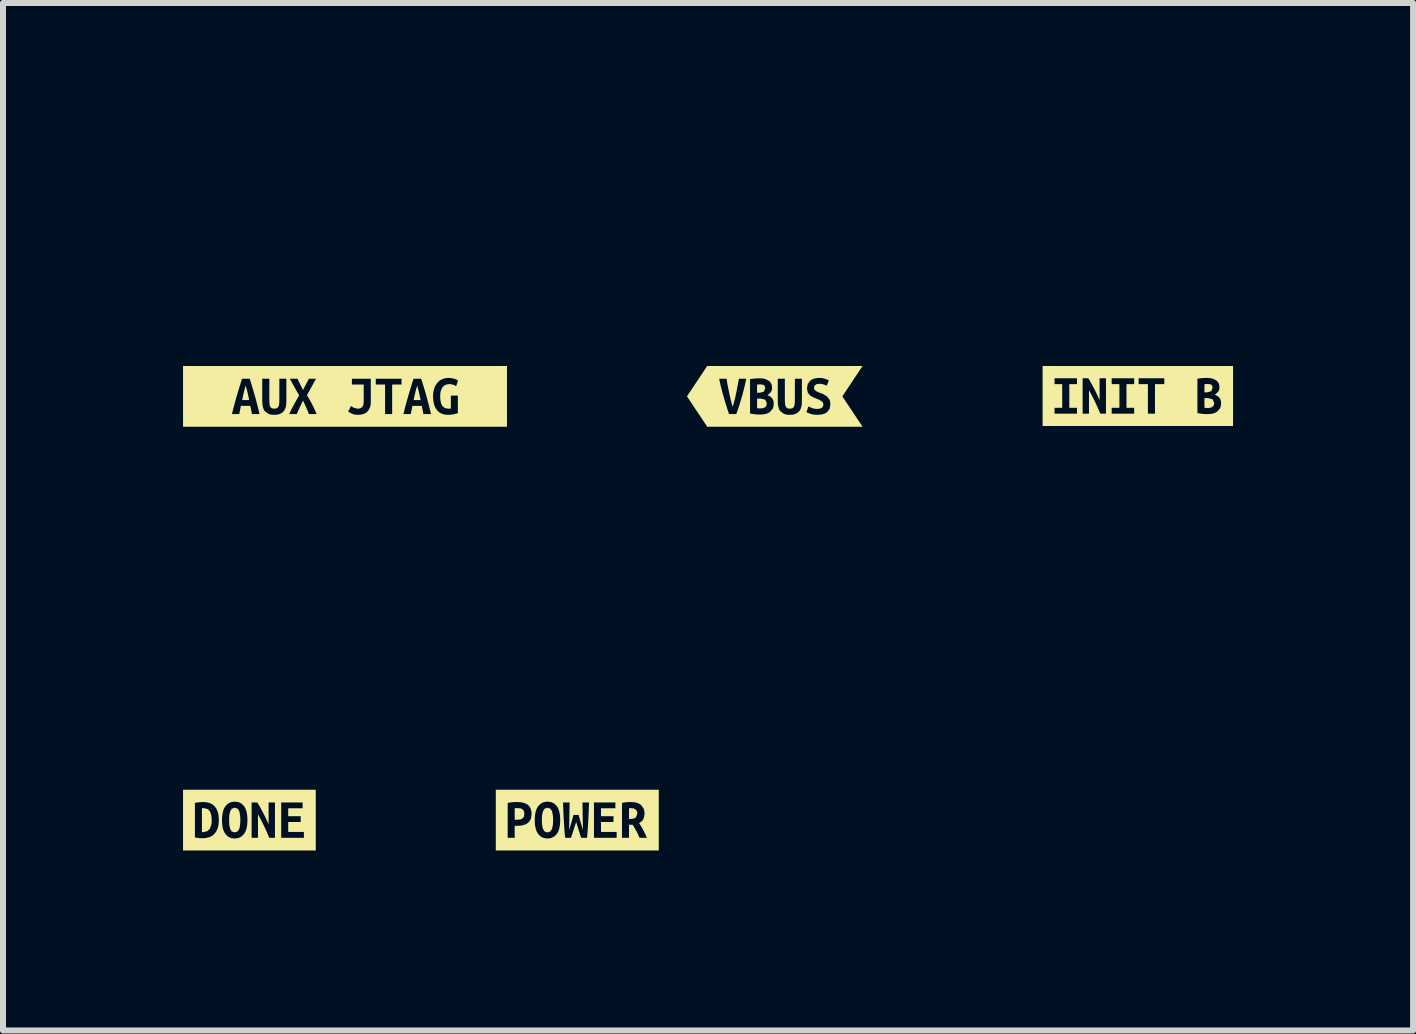
<source format=kicad_pcb>
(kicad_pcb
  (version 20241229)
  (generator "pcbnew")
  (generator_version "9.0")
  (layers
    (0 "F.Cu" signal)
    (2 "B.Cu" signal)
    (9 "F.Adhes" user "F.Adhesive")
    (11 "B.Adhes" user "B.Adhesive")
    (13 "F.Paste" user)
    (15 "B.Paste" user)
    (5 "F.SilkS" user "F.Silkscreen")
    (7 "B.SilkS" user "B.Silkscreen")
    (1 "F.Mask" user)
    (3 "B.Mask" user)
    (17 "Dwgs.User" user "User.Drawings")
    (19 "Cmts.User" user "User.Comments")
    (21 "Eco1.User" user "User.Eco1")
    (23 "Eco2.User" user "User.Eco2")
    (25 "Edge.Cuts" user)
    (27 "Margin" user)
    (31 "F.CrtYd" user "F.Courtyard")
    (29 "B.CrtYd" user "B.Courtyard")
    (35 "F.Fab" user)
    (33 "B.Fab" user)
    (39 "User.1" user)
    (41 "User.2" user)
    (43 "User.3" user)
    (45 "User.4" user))
  (footprint "kibuzzard-659EAEA3"
    (layer "F.Cu")
    (at 9.861 3.555)
    (property "Reference" "kibuzzard-659EAEA3" (at 0 -3.554 0) (layer "F.SilkS") (effects (font (size 0.001 0.001) (thickness 0.15))))
    (attr board_only exclude_from_pos_files exclude_from_bom)
    (fp_poly (pts (xy -0.295 0.037) (xy -0.295 0.197) (xy -0.268 0.2) (xy -0.239 0.201) (xy -0.2 0.198) (xy -0.166 0.185) (xy -0.141 0.16) (xy -0.132 0.117) (xy -0.159 0.056) (xy -0.232 0.037) (xy -0.295 0.037)) (stroke (width 0) (type solid)) (fill yes) (layer "F.SilkS"))
    (fp_poly (pts (xy -0.249 -0.06) (xy -0.181 -0.08) (xy -0.159 -0.133) (xy -0.165 -0.167) (xy -0.183 -0.187) (xy -0.21 -0.197) (xy -0.241 -0.199) (xy -0.269 -0.198) (xy -0.295 -0.195) (xy -0.295 -0.06) (xy -0.249 -0.06)) (stroke (width 0) (type solid)) (fill yes) (layer "F.SilkS"))
    (fp_poly (pts (xy -0.927 -0.506) (xy -1.126 -0.506) (xy -1.463 0) (xy -1.126 0.506) (xy -0.927 0.506) (xy -0.762 0.506) (xy -0.762 0.295) (xy -0.786 0.225) (xy -0.811 0.147) (xy -0.828 0.091) (xy -0.844 0.036) (xy -0.86 -0.019) (xy -0.874 -0.072) (xy -0.888 -0.124) (xy -0.901 -0.174) (xy -0.916 -0.241) (xy -0.927 -0.294) (xy -0.803 -0.294) (xy -0.796 -0.245) (xy -0.786 -0.188) (xy -0.774 -0.127) (xy -0.761 -0.063) (xy -0.747 0.000476) (xy -0.732 0.063) (xy -0.716 0.123) (xy -0.701 0.175) (xy -0.685 0.123) (xy -0.67 0.064) (xy -0.655 0.001) (xy -0.642 -0.062) (xy -0.629 -0.126) (xy -0.617 -0.188) (xy -0.606 -0.245) (xy -0.598 -0.294) (xy -0.475 -0.294) (xy -0.488 -0.234) (xy -0.503 -0.167) (xy -0.521 -0.094) (xy -0.541 -0.019) (xy -0.556 0.033) (xy -0.572 0.086) (xy -0.588 0.14) (xy -0.606 0.193) (xy -0.623 0.245) (xy -0.642 0.295) (xy -0.762 0.295) (xy -0.762 0.506) (xy -0.248 0.506) (xy -0.248 0.303) (xy -0.288 0.302) (xy -0.329 0.299) (xy -0.371 0.293) (xy -0.412 0.286) (xy -0.412 -0.287) (xy -0.339 -0.297) (xy -0.26 -0.301) (xy -0.199 -0.298) (xy -0.151 -0.287) (xy -0.085 -0.251) (xy -0.053 -0.201) (xy -0.044 -0.146) (xy -0.049 -0.106) (xy -0.065 -0.071) (xy -0.12 -0.02) (xy -0.069 0.006) (xy -0.038 0.039) (xy -0.022 0.077) (xy -0.017 0.117) (xy -0.021 0.166) (xy -0.035 0.206) (xy -0.084 0.263) (xy -0.118 0.282) (xy -0.157 0.294) (xy -0.201 0.301) (xy -0.248 0.303) (xy -0.248 0.506) (xy 0.249 0.506) (xy 0.249 0.308) (xy 0.197 0.304) (xy 0.153 0.292) (xy 0.092 0.247) (xy 0.072 0.214) (xy 0.06 0.175) (xy 0.052 0.131) (xy 0.05 0.082) (xy 0.05 -0.294) (xy 0.168 -0.294) (xy 0.168 0.074) (xy 0.172 0.137) (xy 0.185 0.177) (xy 0.21 0.199) (xy 0.251 0.206) (xy 0.292 0.199) (xy 0.318 0.177) (xy 0.331 0.136) (xy 0.335 0.073) (xy 0.335 -0.294) (xy 0.452 -0.294) (xy 0.452 0.082) (xy 0.45 0.131) (xy 0.442 0.175) (xy 0.429 0.214) (xy 0.409 0.247) (xy 0.381 0.273) (xy 0.346 0.292) (xy 0.302 0.304) (xy 0.249 0.308) (xy 0.249 0.506) (xy 0.71 0.506) (xy 0.71 0.308) (xy 0.644 0.304) (xy 0.593 0.292) (xy 0.527 0.263) (xy 0.561 0.168) (xy 0.623 0.196) (xy 0.663 0.206) (xy 0.71 0.21) (xy 0.759 0.203) (xy 0.79 0.186) (xy 0.806 0.161) (xy 0.81 0.133) (xy 0.8 0.101) (xy 0.773 0.076) (xy 0.737 0.056) (xy 0.697 0.039) (xy 0.642 0.017) (xy 0.59 -0.014) (xy 0.551 -0.061) (xy 0.536 -0.131) (xy 0.549 -0.205) (xy 0.59 -0.261) (xy 0.63 -0.287) (xy 0.679 -0.302) (xy 0.738 -0.308) (xy 0.789 -0.305) (xy 0.832 -0.295) (xy 0.901 -0.268) (xy 0.866 -0.177) (xy 0.813 -0.2) (xy 0.746 -0.21) (xy 0.694 -0.202) (xy 0.663 -0.179) (xy 0.653 -0.142) (xy 0.662 -0.112) (xy 0.687 -0.089) (xy 0.72 -0.071) (xy 0.757 -0.057) (xy 0.814 -0.034) (xy 0.87 0.000476) (xy 0.911 0.054) (xy 0.923 0.09) (xy 0.927 0.134) (xy 0.914 0.208) (xy 0.873 0.262) (xy 0.831 0.288) (xy 0.777 0.303) (xy 0.71 0.308) (xy 0.71 0.506) (xy 0.927 0.506) (xy 1.126 0.506) (xy 1.463 0.506) (xy 1.126 0) (xy 1.463 -0.506) (xy 1.126 -0.506) (xy 0.927 -0.506) (xy -0.927 -0.506)) (stroke (width 0) (type solid)) (fill yes) (layer "F.SilkS")))
  (footprint "kibuzzard-659EAFB0"
    (layer "F.Cu")
    (at 1.106 10.616)
    (property "Reference" "kibuzzard-659EAFB0" (at 0 -3.554 0) (layer "F.SilkS") (effects (font (size 0.001 0.001) (thickness 0.15))))
    (attr board_only exclude_from_pos_files exclude_from_bom)
    (fp_poly (pts (xy -0.791 0.2) (xy -0.78 0.201) (xy -0.77 0.201) (xy -0.702 0.186) (xy -0.659 0.144) (xy -0.635 0.08) (xy -0.629 0.042) (xy -0.628 0) (xy -0.633 -0.074) (xy -0.653 -0.138) (xy -0.692 -0.182) (xy -0.756 -0.199) (xy -0.773 -0.199) (xy -0.791 -0.196) (xy -0.791 0.2)) (stroke (width 0) (type solid)) (fill yes) (layer "F.SilkS"))
    (fp_poly (pts (xy -0.338 0) (xy -0.337 0.042) (xy -0.335 0.08) (xy -0.321 0.146) (xy -0.293 0.19) (xy -0.245 0.206) (xy -0.197 0.19) (xy -0.168 0.145) (xy -0.155 0.08) (xy -0.152 0.041) (xy -0.151 0) (xy -0.152 -0.042) (xy -0.155 -0.08) (xy -0.168 -0.146) (xy -0.196 -0.19) (xy -0.245 -0.206) (xy -0.293 -0.19) (xy -0.321 -0.145) (xy -0.335 -0.08) (xy -0.337 -0.041) (xy -0.338 0)) (stroke (width 0) (type solid)) (fill yes) (layer "F.SilkS"))
    (fp_poly (pts (xy -0.908 -0.506) (xy -1.106 -0.506) (xy -1.106 0.506) (xy -0.908 0.506) (xy -0.782 0.506) (xy -0.782 0.303) (xy -0.843 0.3) (xy -0.908 0.289) (xy -0.908 -0.287) (xy -0.832 -0.298) (xy -0.767 -0.301) (xy -0.711 -0.297) (xy -0.661 -0.284) (xy -0.616 -0.262) (xy -0.579 -0.23) (xy -0.549 -0.188) (xy -0.527 -0.137) (xy -0.513 -0.074) (xy -0.509 0) (xy -0.514 0.076) (xy -0.529 0.14) (xy -0.554 0.192) (xy -0.586 0.233) (xy -0.625 0.265) (xy -0.672 0.286) (xy -0.724 0.299) (xy -0.782 0.303) (xy -0.782 0.506) (xy -0.244 0.506) (xy -0.244 0.308) (xy -0.308 0.299) (xy -0.36 0.273) (xy -0.402 0.23) (xy -0.426 0.187) (xy -0.444 0.134) (xy -0.454 0.072) (xy -0.457 0) (xy -0.454 -0.072) (xy -0.443 -0.134) (xy -0.426 -0.187) (xy -0.401 -0.23) (xy -0.359 -0.273) (xy -0.307 -0.299) (xy -0.245 -0.308) (xy -0.181 -0.299) (xy -0.128 -0.273) (xy -0.087 -0.23) (xy -0.063 -0.187) (xy -0.046 -0.134) (xy -0.036 -0.072) (xy -0.032 0) (xy -0.036 0.072) (xy -0.046 0.134) (xy -0.063 0.187) (xy -0.088 0.23) (xy -0.13 0.273) (xy -0.182 0.299) (xy -0.244 0.308) (xy -0.244 0.506) (xy 0.331 0.506) (xy 0.331 0.295) (xy 0.304 0.23) (xy 0.275 0.165) (xy 0.244 0.1) (xy 0.212 0.034) (xy 0.178 -0.031) (xy 0.143 -0.096) (xy 0.143 0.295) (xy 0.037 0.295) (xy 0.037 -0.294) (xy 0.131 -0.294) (xy 0.158 -0.251) (xy 0.185 -0.203) (xy 0.211 -0.154) (xy 0.237 -0.106) (xy 0.261 -0.058) (xy 0.283 -0.011) (xy 0.303 0.031) (xy 0.32 0.069) (xy 0.32 -0.294) (xy 0.426 -0.294) (xy 0.426 0.295) (xy 0.331 0.295) (xy 0.331 0.506) (xy 0.53 0.506) (xy 0.53 0.295) (xy 0.53 -0.294) (xy 0.887 -0.294) (xy 0.887 -0.197) (xy 0.647 -0.197) (xy 0.647 -0.065) (xy 0.855 -0.065) (xy 0.855 0.032) (xy 0.647 0.032) (xy 0.647 0.198) (xy 0.908 0.198) (xy 0.908 0.295) (xy 0.53 0.295) (xy 0.53 0.506) (xy 0.908 0.506) (xy 1.106 0.506) (xy 1.106 -0.506) (xy 0.908 -0.506) (xy -0.908 -0.506)) (stroke (width 0) (type solid)) (fill yes) (layer "F.SilkS")))
  (footprint "kibuzzard-659EAF4E"
    (layer "F.Cu")
    (at 15.911 3.549)
    (property "Reference" "kibuzzard-659EAF4E" (at 0 -3.548 0) (layer "F.SilkS") (effects (font (size 0.001 0.001) (thickness 0.15))))
    (attr board_only exclude_from_pos_files exclude_from_bom)
    (fp_poly (pts (xy 1.11 0.036) (xy 1.11 0.196) (xy 1.137 0.199) (xy 1.166 0.2) (xy 1.205 0.197) (xy 1.239 0.184) (xy 1.263 0.159) (xy 1.273 0.116) (xy 1.246 0.055) (xy 1.173 0.036) (xy 1.11 0.036)) (stroke (width 0) (type solid)) (fill yes) (layer "F.SilkS"))
    (fp_poly (pts (xy 1.156 -0.061) (xy 1.223 -0.08) (xy 1.246 -0.134) (xy 1.24 -0.168) (xy 1.222 -0.188) (xy 1.195 -0.198) (xy 1.163 -0.2) (xy 1.136 -0.199) (xy 1.11 -0.196) (xy 1.11 -0.061) (xy 1.156 -0.061)) (stroke (width 0) (type solid)) (fill yes) (layer "F.SilkS"))
    (fp_poly (pts (xy -1.388 -0.5) (xy -1.587 -0.5) (xy -1.587 0.5) (xy -1.388 0.5) (xy -1.388 0.294) (xy -1.388 0.197) (xy -1.26 0.197) (xy -1.26 -0.198) (xy -1.388 -0.198) (xy -1.388 -0.295) (xy -1.014 -0.295) (xy -1.014 -0.198) (xy -1.142 -0.198) (xy -1.142 0.197) (xy -1.014 0.197) (xy -1.014 0.294) (xy -1.388 0.294) (xy -1.388 0.5) (xy -0.625 0.5) (xy -0.625 0.294) (xy -0.653 0.229) (xy -0.682 0.164) (xy -0.712 0.099) (xy -0.745 0.033) (xy -0.779 -0.032) (xy -0.814 -0.097) (xy -0.814 0.294) (xy -0.92 0.294) (xy -0.92 -0.295) (xy -0.825 -0.295) (xy -0.799 -0.252) (xy -0.772 -0.204) (xy -0.746 -0.155) (xy -0.72 -0.107) (xy -0.696 -0.059) (xy -0.673 -0.012) (xy -0.654 0.03) (xy -0.637 0.068) (xy -0.637 -0.295) (xy -0.531 -0.295) (xy -0.531 0.294) (xy -0.625 0.294) (xy -0.625 0.5) (xy -0.436 0.5) (xy -0.436 0.294) (xy -0.436 0.197) (xy -0.307 0.197) (xy -0.307 -0.198) (xy -0.436 -0.198) (xy -0.436 -0.295) (xy -0.061 -0.295) (xy -0.061 -0.198) (xy -0.189 -0.198) (xy -0.189 0.197) (xy -0.061 0.197) (xy -0.061 0.294) (xy -0.436 0.294) (xy -0.436 0.5) (xy 0.286 0.5) (xy 0.286 0.294) (xy 0.168 0.294) (xy 0.168 -0.198) (xy 0.013 -0.198) (xy 0.013 -0.295) (xy 0.441 -0.295) (xy 0.441 -0.198) (xy 0.286 -0.198) (xy 0.286 0.294) (xy 0.286 0.5) (xy 1.157 0.5) (xy 1.157 0.302) (xy 1.117 0.301) (xy 1.076 0.298) (xy 1.034 0.292) (xy 0.993 0.285) (xy 0.993 -0.288) (xy 1.066 -0.298) (xy 1.145 -0.302) (xy 1.206 -0.298) (xy 1.254 -0.288) (xy 1.32 -0.252) (xy 1.352 -0.202) (xy 1.361 -0.147) (xy 1.356 -0.107) (xy 1.34 -0.072) (xy 1.285 -0.021) (xy 1.336 0.005) (xy 1.367 0.038) (xy 1.383 0.076) (xy 1.388 0.116) (xy 1.384 0.165) (xy 1.37 0.205) (xy 1.321 0.262) (xy 1.287 0.281) (xy 1.248 0.293) (xy 1.204 0.3) (xy 1.157 0.302) (xy 1.157 0.5) (xy 1.388 0.5) (xy 1.587 0.5) (xy 1.587 -0.5) (xy 1.388 -0.5) (xy -1.388 -0.5)) (stroke (width 0) (type solid)) (fill yes) (layer "F.SilkS")))
  (footprint "kibuzzard-659EAD21"
    (layer "F.Cu")
    (at 2.699 3.555)
    (property "Reference" "kibuzzard-659EAD21" (at 0 -3.554 0) (layer "F.SilkS") (effects (font (size 0.001 0.001) (thickness 0.15))))
    (attr board_only exclude_from_pos_files exclude_from_bom)
    (fp_poly (pts (xy -1.655 -0.18) (xy -1.673 -0.117) (xy -1.688 -0.058) (xy -1.701 0.001) (xy -1.713 0.062) (xy -1.598 0.062) (xy -1.609 0.001) (xy -1.622 -0.058) (xy -1.637 -0.117) (xy -1.655 -0.18)) (stroke (width 0) (type solid)) (fill yes) (layer "F.SilkS"))
    (fp_poly (pts (xy 1.203 -0.18) (xy 1.185 -0.117) (xy 1.17 -0.058) (xy 1.156 0.001) (xy 1.144 0.062) (xy 1.26 0.062) (xy 1.248 0.001) (xy 1.235 -0.058) (xy 1.22 -0.117) (xy 1.203 -0.18)) (stroke (width 0) (type solid)) (fill yes) (layer "F.SilkS"))
    (fp_poly (pts (xy -2.501 -0.506) (xy -2.699 -0.506) (xy -2.699 0.506) (xy -2.501 0.506) (xy -1.55 0.506) (xy -1.55 0.295) (xy -1.578 0.159) (xy -1.735 0.159) (xy -1.762 0.295) (xy -1.884 0.295) (xy -1.867 0.227) (xy -1.85 0.161) (xy -1.833 0.097) (xy -1.816 0.036) (xy -1.799 -0.022) (xy -1.778 -0.093) (xy -1.757 -0.162) (xy -1.736 -0.229) (xy -1.716 -0.294) (xy -1.588 -0.294) (xy -1.567 -0.229) (xy -1.547 -0.161) (xy -1.526 -0.091) (xy -1.505 -0.02) (xy -1.488 0.04) (xy -1.472 0.101) (xy -1.456 0.164) (xy -1.44 0.228) (xy -1.424 0.295) (xy -1.55 0.295) (xy -1.55 0.506) (xy -1.18 0.506) (xy -1.18 0.308) (xy -1.232 0.304) (xy -1.275 0.292) (xy -1.337 0.247) (xy -1.356 0.214) (xy -1.369 0.175) (xy -1.376 0.131) (xy -1.379 0.082) (xy -1.379 -0.294) (xy -1.261 -0.294) (xy -1.261 0.074) (xy -1.257 0.137) (xy -1.244 0.177) (xy -1.219 0.199) (xy -1.178 0.206) (xy -1.137 0.199) (xy -1.111 0.177) (xy -1.098 0.136) (xy -1.094 0.073) (xy -1.094 -0.294) (xy -0.977 -0.294) (xy -0.977 0.082) (xy -0.979 0.131) (xy -0.986 0.175) (xy -0.999 0.214) (xy -1.02 0.247) (xy -1.047 0.273) (xy -1.083 0.292) (xy -1.126 0.304) (xy -1.18 0.308) (xy -1.18 0.506) (xy -0.601 0.506) (xy -0.601 0.295) (xy -0.621 0.244) (xy -0.645 0.188) (xy -0.672 0.129) (xy -0.7 0.07) (xy -0.727 0.127) (xy -0.755 0.186) (xy -0.781 0.244) (xy -0.802 0.295) (xy -0.929 0.295) (xy -0.901 0.233) (xy -0.882 0.196) (xy -0.86 0.155) (xy -0.837 0.113) (xy -0.813 0.069) (xy -0.789 0.026) (xy -0.765 -0.016) (xy -0.92 -0.294) (xy -0.793 -0.294) (xy -0.7 -0.106) (xy -0.602 -0.294) (xy -0.483 -0.294) (xy -0.634 -0.019) (xy -0.608 0.023) (xy -0.583 0.067) (xy -0.559 0.111) (xy -0.537 0.154) (xy -0.517 0.195) (xy -0.5 0.233) (xy -0.474 0.295) (xy -0.601 0.295) (xy -0.601 0.506) (xy 0.221 0.506) (xy 0.221 0.308) (xy 0.165 0.304) (xy 0.12 0.292) (xy 0.053 0.255) (xy 0.098 0.162) (xy 0.15 0.191) (xy 0.21 0.206) (xy 0.251 0.2) (xy 0.284 0.181) (xy 0.305 0.147) (xy 0.312 0.091) (xy 0.312 -0.197) (xy 0.115 -0.197) (xy 0.115 -0.294) (xy 0.43 -0.294) (xy 0.43 0.098) (xy 0.427 0.14) (xy 0.419 0.179) (xy 0.383 0.246) (xy 0.354 0.271) (xy 0.318 0.291) (xy 0.273 0.303) (xy 0.221 0.308) (xy 0.221 0.506) (xy 0.786 0.506) (xy 0.786 0.295) (xy 0.668 0.295) (xy 0.668 -0.197) (xy 0.513 -0.197) (xy 0.513 -0.294) (xy 0.942 -0.294) (xy 0.942 -0.197) (xy 0.786 -0.197) (xy 0.786 0.295) (xy 0.786 0.506) (xy 1.307 0.506) (xy 1.307 0.295) (xy 1.28 0.159) (xy 1.123 0.159) (xy 1.096 0.295) (xy 0.974 0.295) (xy 0.991 0.227) (xy 1.008 0.161) (xy 1.025 0.097) (xy 1.042 0.036) (xy 1.059 -0.022) (xy 1.08 -0.093) (xy 1.101 -0.162) (xy 1.121 -0.229) (xy 1.142 -0.294) (xy 1.269 -0.294) (xy 1.29 -0.229) (xy 1.311 -0.161) (xy 1.332 -0.091) (xy 1.353 -0.02) (xy 1.369 0.04) (xy 1.385 0.101) (xy 1.401 0.164) (xy 1.417 0.228) (xy 1.433 0.295) (xy 1.307 0.295) (xy 1.307 0.506) (xy 1.708 0.506) (xy 1.708 0.308) (xy 1.656 0.303) (xy 1.609 0.288) (xy 1.568 0.264) (xy 1.533 0.23) (xy 1.505 0.187) (xy 1.484 0.134) (xy 1.472 0.072) (xy 1.467 0) (xy 1.472 -0.071) (xy 1.487 -0.133) (xy 1.511 -0.186) (xy 1.542 -0.23) (xy 1.579 -0.264) (xy 1.623 -0.288) (xy 1.671 -0.303) (xy 1.723 -0.308) (xy 1.784 -0.302) (xy 1.831 -0.291) (xy 1.864 -0.276) (xy 1.884 -0.265) (xy 1.853 -0.171) (xy 1.802 -0.195) (xy 1.739 -0.206) (xy 1.668 -0.191) (xy 1.621 -0.148) (xy 1.594 -0.083) (xy 1.588 -0.044) (xy 1.586 0) (xy 1.59 0.064) (xy 1.601 0.116) (xy 1.62 0.156) (xy 1.661 0.193) (xy 1.718 0.206) (xy 1.741 0.205) (xy 1.764 0.202) (xy 1.764 -0.013) (xy 1.881 -0.013) (xy 1.881 0.281) (xy 1.815 0.298) (xy 1.767 0.305) (xy 1.708 0.308) (xy 1.708 0.506) (xy 2.501 0.506) (xy 2.699 0.506) (xy 2.699 -0.506) (xy 2.501 -0.506) (xy -2.501 -0.506)) (stroke (width 0) (type solid)) (fill yes) (layer "F.SilkS")))
  (footprint "kibuzzard-659EAFB8"
    (layer "F.Cu")
    (at 6.57 10.616)
    (property "Reference" "kibuzzard-659EAFB8" (at 0 -3.554 0) (layer "F.SilkS") (effects (font (size 0.001 0.001) (thickness 0.15))))
    (attr board_only exclude_from_pos_files exclude_from_bom)
    (fp_poly (pts (xy 1.002 -0.109) (xy 0.994 -0.149) (xy 0.973 -0.177) (xy 0.94 -0.194) (xy 0.898 -0.199) (xy 0.882 -0.199) (xy 0.862 -0.196) (xy 0.862 -0.019) (xy 0.888 -0.019) (xy 0.94 -0.025) (xy 0.975 -0.042) (xy 1.002 -0.109)) (stroke (width 0) (type solid)) (fill yes) (layer "F.SilkS"))
    (fp_poly (pts (xy -0.984 -0.199) (xy -1.013 -0.199) (xy -1.043 -0.196) (xy -1.043 -0.006) (xy -0.995 -0.006) (xy -0.946 -0.011) (xy -0.91 -0.028) (xy -0.889 -0.058) (xy -0.882 -0.105) (xy -0.889 -0.149) (xy -0.91 -0.178) (xy -0.942 -0.194) (xy -0.984 -0.199)) (stroke (width 0) (type solid)) (fill yes) (layer "F.SilkS"))
    (fp_poly (pts (xy -0.59 0) (xy -0.589 0.042) (xy -0.587 0.08) (xy -0.573 0.146) (xy -0.545 0.19) (xy -0.497 0.206) (xy -0.449 0.19) (xy -0.42 0.145) (xy -0.407 0.08) (xy -0.404 0.041) (xy -0.403 0) (xy -0.404 -0.042) (xy -0.407 -0.08) (xy -0.42 -0.146) (xy -0.448 -0.19) (xy -0.497 -0.206) (xy -0.545 -0.19) (xy -0.573 -0.145) (xy -0.587 -0.08) (xy -0.589 -0.041) (xy -0.59 0)) (stroke (width 0) (type solid)) (fill yes) (layer "F.SilkS"))
    (fp_poly (pts (xy -1.16 -0.506) (xy -1.358 -0.506) (xy -1.358 0.506) (xy -1.16 0.506) (xy -1.043 0.506) (xy -1.043 0.295) (xy -1.16 0.295) (xy -1.16 -0.287) (xy -1.121 -0.293) (xy -1.078 -0.298) (xy -1.035 -0.3) (xy -0.998 -0.301) (xy -0.928 -0.296) (xy -0.87 -0.28) (xy -0.823 -0.255) (xy -0.789 -0.217) (xy -0.768 -0.167) (xy -0.762 -0.104) (xy -0.768 -0.04) (xy -0.789 0.011) (xy -0.824 0.049) (xy -0.871 0.075) (xy -0.93 0.091) (xy -1.001 0.096) (xy -1.043 0.096) (xy -1.043 0.295) (xy -1.043 0.506) (xy -0.496 0.506) (xy -0.496 0.308) (xy -0.56 0.299) (xy -0.612 0.273) (xy -0.654 0.23) (xy -0.678 0.187) (xy -0.695 0.134) (xy -0.706 0.072) (xy -0.709 0) (xy -0.706 -0.072) (xy -0.695 -0.134) (xy -0.678 -0.187) (xy -0.653 -0.23) (xy -0.611 -0.273) (xy -0.559 -0.299) (xy -0.497 -0.308) (xy -0.433 -0.299) (xy -0.38 -0.273) (xy -0.339 -0.23) (xy -0.315 -0.187) (xy -0.298 -0.134) (xy -0.288 -0.072) (xy -0.284 0) (xy -0.288 0.072) (xy -0.298 0.134) (xy -0.315 0.187) (xy -0.34 0.23) (xy -0.381 0.273) (xy -0.434 0.299) (xy -0.496 0.308) (xy -0.496 0.506) (xy 0.162 0.506) (xy 0.162 0.295) (xy 0.065 0.295) (xy 0.044 0.233) (xy 0.023 0.166) (xy 0.002 0.099) (xy -0.019 0.034) (xy -0.04 0.097) (xy -0.062 0.165) (xy -0.084 0.233) (xy -0.104 0.295) (xy -0.201 0.295) (xy -0.209 0.228) (xy -0.215 0.156) (xy -0.22 0.081) (xy -0.225 0.006) (xy -0.229 -0.07) (xy -0.232 -0.146) (xy -0.235 -0.222) (xy -0.237 -0.294) (xy -0.128 -0.294) (xy -0.129 -0.237) (xy -0.13 -0.178) (xy -0.131 -0.118) (xy -0.132 -0.059) (xy -0.133 0.000238) (xy -0.134 0.058) (xy -0.135 0.113) (xy -0.135 0.164) (xy -0.115 0.097) (xy -0.094 0.026) (xy -0.076 -0.039) (xy -0.062 -0.086) (xy 0.023 -0.086) (xy 0.035 -0.041) (xy 0.051 0.018) (xy 0.071 0.088) (xy 0.093 0.164) (xy 0.093 0.113) (xy 0.092 0.058) (xy 0.091 0.000357) (xy 0.09 -0.058) (xy 0.089 -0.118) (xy 0.088 -0.178) (xy 0.087 -0.237) (xy 0.087 -0.294) (xy 0.196 -0.294) (xy 0.193 -0.221) (xy 0.19 -0.145) (xy 0.187 -0.069) (xy 0.183 0.007) (xy 0.179 0.082) (xy 0.174 0.156) (xy 0.169 0.228) (xy 0.162 0.295) (xy 0.162 0.506) (xy 0.278 0.506) (xy 0.278 0.295) (xy 0.278 -0.294) (xy 0.635 -0.294) (xy 0.635 -0.197) (xy 0.395 -0.197) (xy 0.395 -0.065) (xy 0.603 -0.065) (xy 0.603 0.032) (xy 0.395 0.032) (xy 0.395 0.198) (xy 0.656 0.198) (xy 0.656 0.295) (xy 0.278 0.295) (xy 0.278 0.506) (xy 1.16 0.506) (xy 1.16 0.295) (xy 1.037 0.295) (xy 1.013 0.239) (xy 0.986 0.185) (xy 0.956 0.132) (xy 0.923 0.078) (xy 0.862 0.078) (xy 0.862 0.295) (xy 0.745 0.295) (xy 0.745 -0.286) (xy 0.783 -0.293) (xy 0.824 -0.298) (xy 0.864 -0.3) (xy 0.898 -0.301) (xy 0.946 -0.298) (xy 0.989 -0.29) (xy 1.027 -0.275) (xy 1.06 -0.254) (xy 1.105 -0.194) (xy 1.117 -0.154) (xy 1.121 -0.108) (xy 1.115 -0.059) (xy 1.1 -0.014) (xy 1.072 0.023) (xy 1.03 0.05) (xy 1.064 0.104) (xy 1.1 0.167) (xy 1.133 0.233) (xy 1.16 0.295) (xy 1.16 0.506) (xy 1.358 0.506) (xy 1.358 -0.506) (xy 1.16 -0.506) (xy -1.16 -0.506)) (stroke (width 0) (type solid)) (fill yes) (layer "F.SilkS")))
  (gr_rect
    (start -3 -3)
    (end 20.498 14.122)
    (stroke (width 0.1) (type default))
    (fill no)
    (layer "Edge.Cuts")))
</source>
